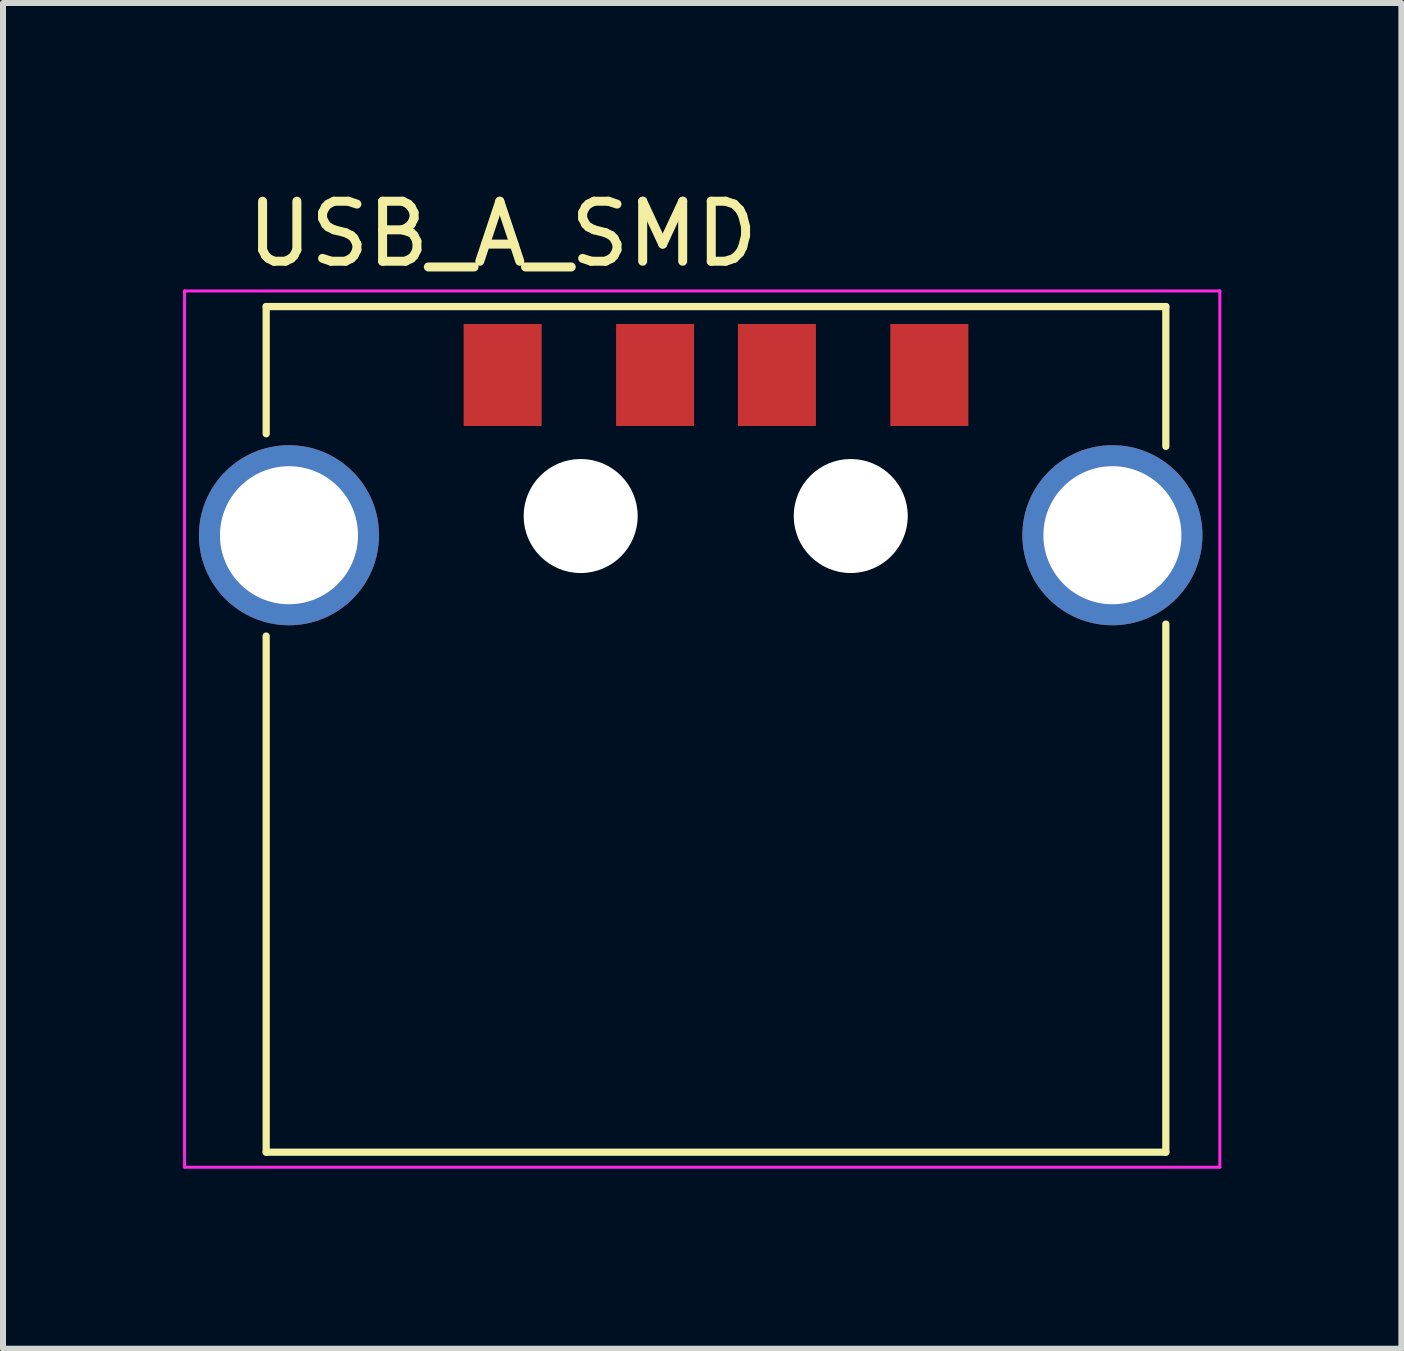
<source format=kicad_pcb>
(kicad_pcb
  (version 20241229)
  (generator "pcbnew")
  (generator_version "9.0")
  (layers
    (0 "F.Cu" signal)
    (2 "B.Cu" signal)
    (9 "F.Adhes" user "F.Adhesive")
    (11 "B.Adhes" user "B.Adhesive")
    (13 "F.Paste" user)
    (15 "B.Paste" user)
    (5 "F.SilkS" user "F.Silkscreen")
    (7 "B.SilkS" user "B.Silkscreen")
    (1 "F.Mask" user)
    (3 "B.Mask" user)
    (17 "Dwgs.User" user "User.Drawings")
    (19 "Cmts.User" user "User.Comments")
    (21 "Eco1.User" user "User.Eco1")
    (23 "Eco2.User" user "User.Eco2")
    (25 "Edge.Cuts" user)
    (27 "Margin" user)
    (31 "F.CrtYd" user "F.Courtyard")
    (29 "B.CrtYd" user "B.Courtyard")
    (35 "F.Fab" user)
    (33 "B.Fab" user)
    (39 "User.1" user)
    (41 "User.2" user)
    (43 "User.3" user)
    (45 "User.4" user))
  (footprint "USB_A_SMD"
    (layer "F.Cu")
    (at 5.325 3.198)
    (property "Reference" "USB_A_SMD" (at 0 -2.35 0) (layer "F.SilkS") (effects (font (size 1 1) (thickness 0.15))))
    (attr through_hole)
    (fp_line (start -3.94 -1.14) (end -3.94 0.98) (stroke (width 0.12) (type solid)) (layer "F.SilkS"))
    (fp_line (start -3.94 4.35) (end -3.94 12.95) (stroke (width 0.12) (type solid)) (layer "F.SilkS"))
    (fp_line (start 11.05 -1.14) (end -3.94 -1.14) (stroke (width 0.12) (type solid)) (layer "F.SilkS"))
    (fp_line (start 11.05 -1.14) (end 11.05 1.19) (stroke (width 0.12) (type solid)) (layer "F.SilkS"))
    (fp_line (start 11.05 4.15) (end 11.05 12.95) (stroke (width 0.12) (type solid)) (layer "F.SilkS"))
    (fp_line (start 11.05 12.95) (end -3.94 12.95) (stroke (width 0.12) (type solid)) (layer "F.SilkS"))
    (fp_line (start -5.3 -1.4) (end 11.95 -1.4) (stroke (width 0.05) (type solid)) (layer "F.CrtYd"))
    (fp_line (start -5.3 13.2) (end -5.3 -1.4) (stroke (width 0.05) (type solid)) (layer "F.CrtYd"))
    (fp_line (start -5.3 13.2) (end 11.95 13.2) (stroke (width 0.05) (type solid)) (layer "F.CrtYd"))
    (fp_line (start 11.95 -1.4) (end 11.95 13.2) (stroke (width 0.05) (type solid)) (layer "F.CrtYd"))
    (pad "" np_thru_hole circle (at 1.3 2.35 270) (size 1.9 1.9) (drill 1.9) (layers "*.Cu" "*.Mask"))
    (pad "" np_thru_hole circle (at 5.8 2.35 270) (size 1.9 1.9) (drill 1.9) (layers "*.Cu" "*.Mask"))
    (pad "1" smd rect (at 0 0 270) (size 1.7 1.3) (layers "F.Cu" "F.Mask" "F.Paste"))
    (pad "2" smd rect (at 2.54 0 270) (size 1.7 1.3) (layers "F.Cu" "F.Mask" "F.Paste"))
    (pad "3" smd rect (at 4.57 0 270) (size 1.7 1.3) (layers "F.Cu" "F.Mask" "F.Paste"))
    (pad "4" smd rect (at 7.11 0 270) (size 1.7 1.3) (layers "F.Cu" "F.Mask" "F.Paste"))
    (pad "5" thru_hole circle (at -3.56 2.67 270) (size 3 3) (drill 2.3) (layers "*.Cu" "*.Mask"))
    (pad "5" thru_hole circle (at 10.16 2.67 270) (size 3 3) (drill 2.3) (layers "*.Cu" "*.Mask")))
  (gr_rect
    (start -3 -3)
    (end 20.3 19.423)
    (stroke (width 0.1) (type default))
    (fill no)
    (layer "Edge.Cuts")))
</source>
